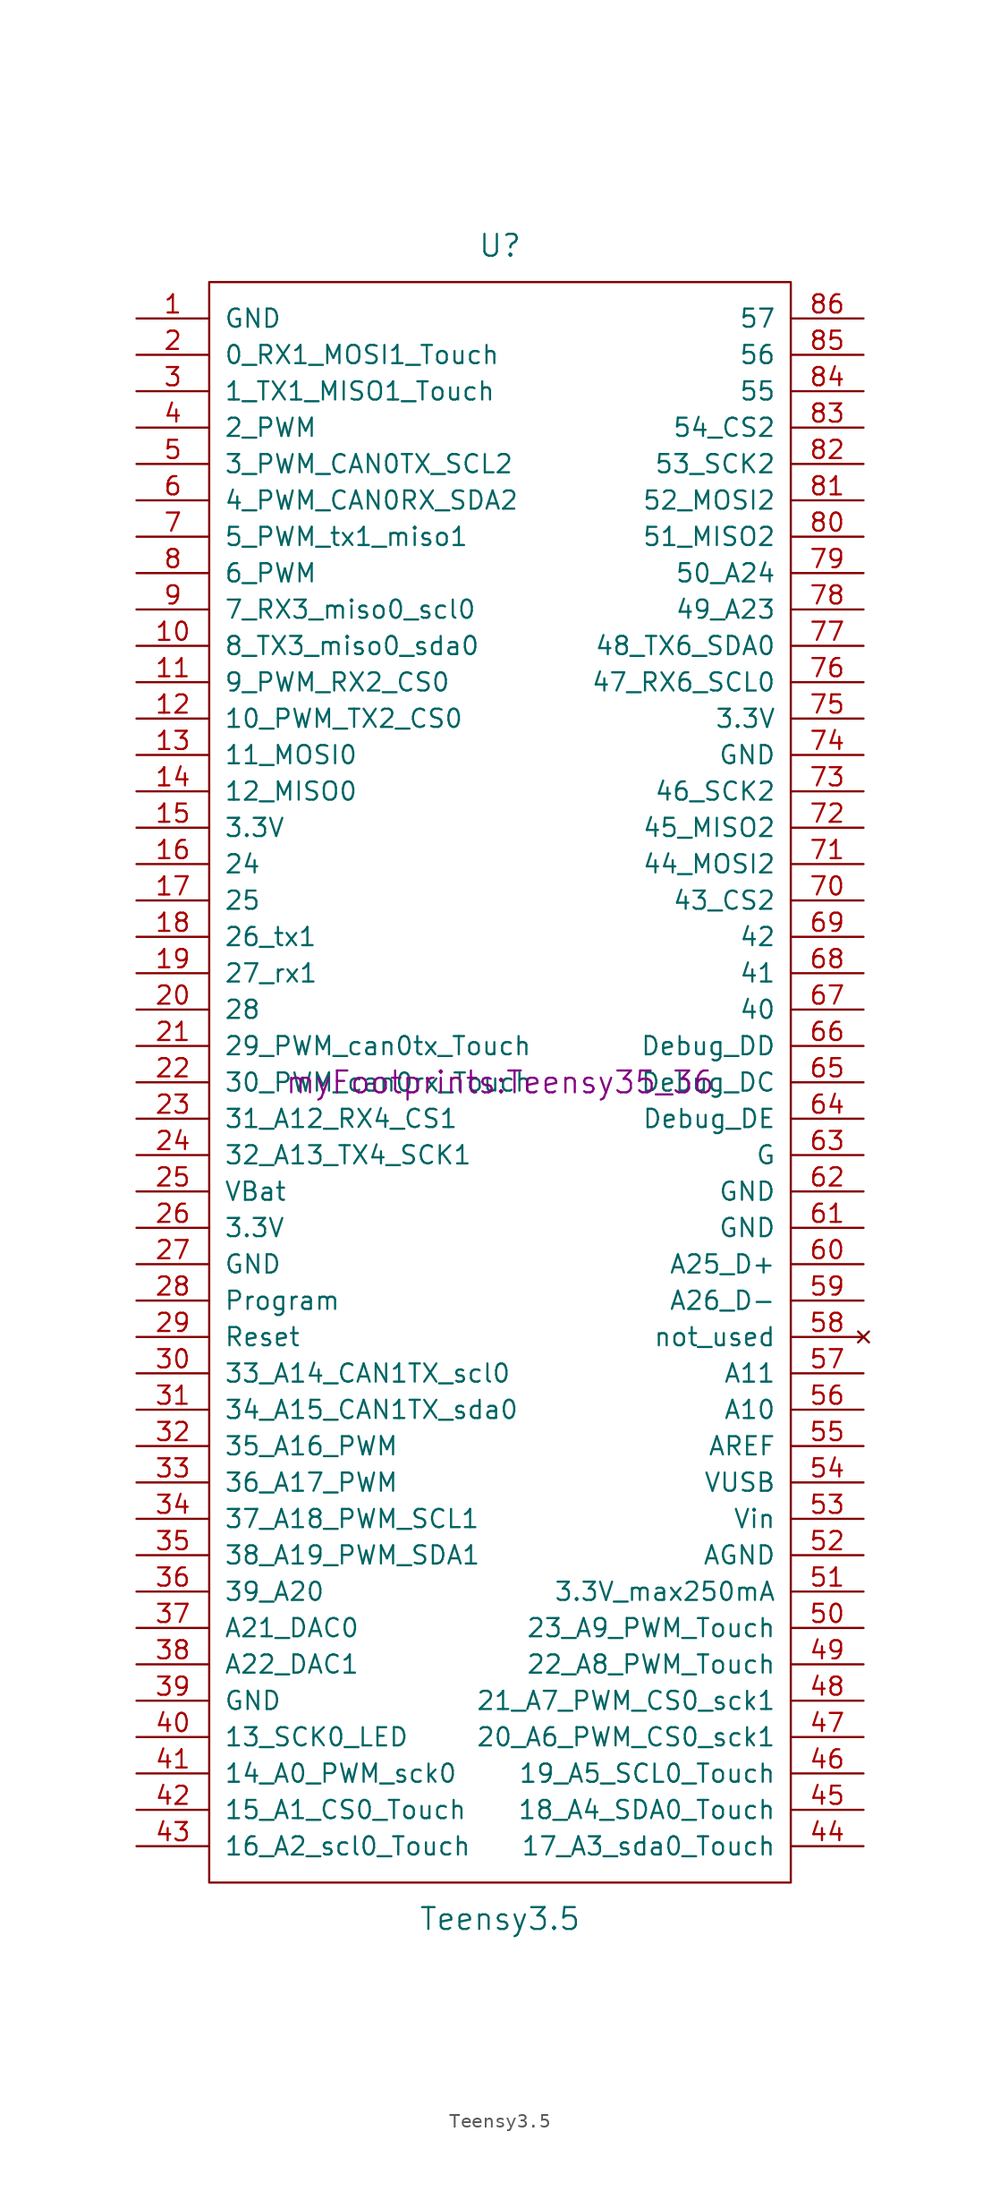
<source format=kicad_sym>
(kicad_symbol_lib
  (version 20220914)
  (generator kicad_symbol_editor)
  (symbol "Teensy3.5"
    (pin_names
      (offset 1.016))
    (property "Reference" "U"
      (at 0 58.42 0)
      (effects (font (size 1.524 1.524))))
    (property "Value" "Teensy3.5"
      (at 0 -58.42 0)
      (effects (font (size 1.524 1.524))))
    (property "Footprint" "myFootprints:Teensy35_36"
      (at 0 0 0)
      (effects (font (size 1.524 1.524))))
    (property "Datasheet" ""
      (at 0 0 0)
      (effects (font (size 1.524 1.524))))
    (symbol "Teensy3.5_0_1"
      (rectangle (start -20.32 55.88) (end 20.32 -55.88) (stroke (width 0) (type default)) (fill (type none))))
    (symbol "Teensy3.5_1_1"
      (pin power_in line (at -25.4 53.34 0) (length 5.08) (name "GND" (effects (font (size 1.27 1.27)))) (number "1" (effects (font (size 1.27 1.27)))))
      (pin bidirectional line (at -25.4 30.48 0) (length 5.08) (name "8_TX3_miso0_sda0" (effects (font (size 1.27 1.27)))) (number "10" (effects (font (size 1.27 1.27)))))
      (pin bidirectional line (at -25.4 27.94 0) (length 5.08) (name "9_PWM_RX2_CS0" (effects (font (size 1.27 1.27)))) (number "11" (effects (font (size 1.27 1.27)))))
      (pin bidirectional line (at -25.4 25.4 0) (length 5.08) (name "10_PWM_TX2_CS0" (effects (font (size 1.27 1.27)))) (number "12" (effects (font (size 1.27 1.27)))))
      (pin bidirectional line (at -25.4 22.86 0) (length 5.08) (name "11_MOSI0" (effects (font (size 1.27 1.27)))) (number "13" (effects (font (size 1.27 1.27)))))
      (pin bidirectional line (at -25.4 20.32 0) (length 5.08) (name "12_MISO0" (effects (font (size 1.27 1.27)))) (number "14" (effects (font (size 1.27 1.27)))))
      (pin power_out line (at -25.4 17.78 0) (length 5.08) (name "3.3V" (effects (font (size 1.27 1.27)))) (number "15" (effects (font (size 1.27 1.27)))))
      (pin bidirectional line (at -25.4 15.24 0) (length 5.08) (name "24" (effects (font (size 1.27 1.27)))) (number "16" (effects (font (size 1.27 1.27)))))
      (pin bidirectional line (at -25.4 12.7 0) (length 5.08) (name "25" (effects (font (size 1.27 1.27)))) (number "17" (effects (font (size 1.27 1.27)))))
      (pin bidirectional line (at -25.4 10.16 0) (length 5.08) (name "26_tx1" (effects (font (size 1.27 1.27)))) (number "18" (effects (font (size 1.27 1.27)))))
      (pin bidirectional line (at -25.4 7.62 0) (length 5.08) (name "27_rx1" (effects (font (size 1.27 1.27)))) (number "19" (effects (font (size 1.27 1.27)))))
      (pin bidirectional line (at -25.4 50.8 0) (length 5.08) (name "0_RX1_MOSI1_Touch" (effects (font (size 1.27 1.27)))) (number "2" (effects (font (size 1.27 1.27)))))
      (pin bidirectional line (at -25.4 5.08 0) (length 5.08) (name "28" (effects (font (size 1.27 1.27)))) (number "20" (effects (font (size 1.27 1.27)))))
      (pin bidirectional line (at -25.4 2.54 0) (length 5.08) (name "29_PWM_can0tx_Touch" (effects (font (size 1.27 1.27)))) (number "21" (effects (font (size 1.27 1.27)))))
      (pin bidirectional line (at -25.4 0 0) (length 5.08) (name "30_PWM_can0rx_Touch" (effects (font (size 1.27 1.27)))) (number "22" (effects (font (size 1.27 1.27)))))
      (pin bidirectional line (at -25.4 -2.54 0) (length 5.08) (name "31_A12_RX4_CS1" (effects (font (size 1.27 1.27)))) (number "23" (effects (font (size 1.27 1.27)))))
      (pin bidirectional line (at -25.4 -5.08 0) (length 5.08) (name "32_A13_TX4_SCK1" (effects (font (size 1.27 1.27)))) (number "24" (effects (font (size 1.27 1.27)))))
      (pin power_in line (at -25.4 -7.62 0) (length 5.08) (name "VBat" (effects (font (size 1.27 1.27)))) (number "25" (effects (font (size 1.27 1.27)))))
      (pin power_in line (at -25.4 -10.16 0) (length 5.08) (name "3.3V" (effects (font (size 1.27 1.27)))) (number "26" (effects (font (size 1.27 1.27)))))
      (pin power_in line (at -25.4 -12.7 0) (length 5.08) (name "GND" (effects (font (size 1.27 1.27)))) (number "27" (effects (font (size 1.27 1.27)))))
      (pin input line (at -25.4 -15.24 0) (length 5.08) (name "Program" (effects (font (size 1.27 1.27)))) (number "28" (effects (font (size 1.27 1.27)))))
      (pin input line (at -25.4 -17.78 0) (length 5.08) (name "Reset" (effects (font (size 1.27 1.27)))) (number "29" (effects (font (size 1.27 1.27)))))
      (pin bidirectional line (at -25.4 48.26 0) (length 5.08) (name "1_TX1_MISO1_Touch" (effects (font (size 1.27 1.27)))) (number "3" (effects (font (size 1.27 1.27)))))
      (pin bidirectional line (at -25.4 -20.32 0) (length 5.08) (name "33_A14_CAN1TX_scl0" (effects (font (size 1.27 1.27)))) (number "30" (effects (font (size 1.27 1.27)))))
      (pin bidirectional line (at -25.4 -22.86 0) (length 5.08) (name "34_A15_CAN1TX_sda0" (effects (font (size 1.27 1.27)))) (number "31" (effects (font (size 1.27 1.27)))))
      (pin bidirectional line (at -25.4 -25.4 0) (length 5.08) (name "35_A16_PWM" (effects (font (size 1.27 1.27)))) (number "32" (effects (font (size 1.27 1.27)))))
      (pin bidirectional line (at -25.4 -27.94 0) (length 5.08) (name "36_A17_PWM" (effects (font (size 1.27 1.27)))) (number "33" (effects (font (size 1.27 1.27)))))
      (pin bidirectional line (at -25.4 -30.48 0) (length 5.08) (name "37_A18_PWM_SCL1" (effects (font (size 1.27 1.27)))) (number "34" (effects (font (size 1.27 1.27)))))
      (pin bidirectional line (at -25.4 -33.02 0) (length 5.08) (name "38_A19_PWM_SDA1" (effects (font (size 1.27 1.27)))) (number "35" (effects (font (size 1.27 1.27)))))
      (pin bidirectional line (at -25.4 -35.56 0) (length 5.08) (name "39_A20" (effects (font (size 1.27 1.27)))) (number "36" (effects (font (size 1.27 1.27)))))
      (pin bidirectional line (at -25.4 -38.1 0) (length 5.08) (name "A21_DAC0" (effects (font (size 1.27 1.27)))) (number "37" (effects (font (size 1.27 1.27)))))
      (pin bidirectional line (at -25.4 -40.64 0) (length 5.08) (name "A22_DAC1" (effects (font (size 1.27 1.27)))) (number "38" (effects (font (size 1.27 1.27)))))
      (pin power_in line (at -25.4 -43.18 0) (length 5.08) (name "GND" (effects (font (size 1.27 1.27)))) (number "39" (effects (font (size 1.27 1.27)))))
      (pin bidirectional line (at -25.4 45.72 0) (length 5.08) (name "2_PWM" (effects (font (size 1.27 1.27)))) (number "4" (effects (font (size 1.27 1.27)))))
      (pin bidirectional line (at -25.4 -45.72 0) (length 5.08) (name "13_SCK0_LED" (effects (font (size 1.27 1.27)))) (number "40" (effects (font (size 1.27 1.27)))))
      (pin bidirectional line (at -25.4 -48.26 0) (length 5.08) (name "14_A0_PWM_sck0" (effects (font (size 1.27 1.27)))) (number "41" (effects (font (size 1.27 1.27)))))
      (pin bidirectional line (at -25.4 -50.8 0) (length 5.08) (name "15_A1_CS0_Touch" (effects (font (size 1.27 1.27)))) (number "42" (effects (font (size 1.27 1.27)))))
      (pin bidirectional line (at -25.4 -53.34 0) (length 5.08) (name "16_A2_scl0_Touch" (effects (font (size 1.27 1.27)))) (number "43" (effects (font (size 1.27 1.27)))))
      (pin bidirectional line (at 25.4 -53.34 180) (length 5.08) (name "17_A3_sda0_Touch" (effects (font (size 1.27 1.27)))) (number "44" (effects (font (size 1.27 1.27)))))
      (pin bidirectional line (at 25.4 -50.8 180) (length 5.08) (name "18_A4_SDA0_Touch" (effects (font (size 1.27 1.27)))) (number "45" (effects (font (size 1.27 1.27)))))
      (pin bidirectional line (at 25.4 -48.26 180) (length 5.08) (name "19_A5_SCL0_Touch" (effects (font (size 1.27 1.27)))) (number "46" (effects (font (size 1.27 1.27)))))
      (pin bidirectional line (at 25.4 -45.72 180) (length 5.08) (name "20_A6_PWM_CS0_sck1" (effects (font (size 1.27 1.27)))) (number "47" (effects (font (size 1.27 1.27)))))
      (pin bidirectional line (at 25.4 -43.18 180) (length 5.08) (name "21_A7_PWM_CS0_sck1" (effects (font (size 1.27 1.27)))) (number "48" (effects (font (size 1.27 1.27)))))
      (pin bidirectional line (at 25.4 -40.64 180) (length 5.08) (name "22_A8_PWM_Touch" (effects (font (size 1.27 1.27)))) (number "49" (effects (font (size 1.27 1.27)))))
      (pin bidirectional line (at -25.4 43.18 0) (length 5.08) (name "3_PWM_CAN0TX_SCL2" (effects (font (size 1.27 1.27)))) (number "5" (effects (font (size 1.27 1.27)))))
      (pin bidirectional line (at 25.4 -38.1 180) (length 5.08) (name "23_A9_PWM_Touch" (effects (font (size 1.27 1.27)))) (number "50" (effects (font (size 1.27 1.27)))))
      (pin power_out line (at 25.4 -35.56 180) (length 5.08) (name "3.3V_max250mA" (effects (font (size 1.27 1.27)))) (number "51" (effects (font (size 1.27 1.27)))))
      (pin power_out line (at 25.4 -33.02 180) (length 5.08) (name "AGND" (effects (font (size 1.27 1.27)))) (number "52" (effects (font (size 1.27 1.27)))))
      (pin power_in line (at 25.4 -30.48 180) (length 5.08) (name "Vin" (effects (font (size 1.27 1.27)))) (number "53" (effects (font (size 1.27 1.27)))))
      (pin power_in line (at 25.4 -27.94 180) (length 5.08) (name "VUSB" (effects (font (size 1.27 1.27)))) (number "54" (effects (font (size 1.27 1.27)))))
      (pin input line (at 25.4 -25.4 180) (length 5.08) (name "AREF" (effects (font (size 1.27 1.27)))) (number "55" (effects (font (size 1.27 1.27)))))
      (pin bidirectional line (at 25.4 -22.86 180) (length 5.08) (name "A10" (effects (font (size 1.27 1.27)))) (number "56" (effects (font (size 1.27 1.27)))))
      (pin bidirectional line (at 25.4 -20.32 180) (length 5.08) (name "A11" (effects (font (size 1.27 1.27)))) (number "57" (effects (font (size 1.27 1.27)))))
      (pin no_connect line (at 25.4 -17.78 180) (length 5.08) (name "not_used" (effects (font (size 1.27 1.27)))) (number "58" (effects (font (size 1.27 1.27)))))
      (pin bidirectional line (at 25.4 -15.24 180) (length 5.08) (name "A26_D-" (effects (font (size 1.27 1.27)))) (number "59" (effects (font (size 1.27 1.27)))))
      (pin bidirectional line (at -25.4 40.64 0) (length 5.08) (name "4_PWM_CAN0RX_SDA2" (effects (font (size 1.27 1.27)))) (number "6" (effects (font (size 1.27 1.27)))))
      (pin bidirectional line (at 25.4 -12.7 180) (length 5.08) (name "A25_D+" (effects (font (size 1.27 1.27)))) (number "60" (effects (font (size 1.27 1.27)))))
      (pin power_in line (at 25.4 -10.16 180) (length 5.08) (name "GND" (effects (font (size 1.27 1.27)))) (number "61" (effects (font (size 1.27 1.27)))))
      (pin power_in line (at 25.4 -7.62 180) (length 5.08) (name "GND" (effects (font (size 1.27 1.27)))) (number "62" (effects (font (size 1.27 1.27)))))
      (pin power_in line (at 25.4 -5.08 180) (length 5.08) (name "G" (effects (font (size 1.27 1.27)))) (number "63" (effects (font (size 1.27 1.27)))))
      (pin input line (at 25.4 -2.54 180) (length 5.08) (name "Debug_DE" (effects (font (size 1.27 1.27)))) (number "64" (effects (font (size 1.27 1.27)))))
      (pin input line (at 25.4 0 180) (length 5.08) (name "Debug_DC" (effects (font (size 1.27 1.27)))) (number "65" (effects (font (size 1.27 1.27)))))
      (pin input line (at 25.4 2.54 180) (length 5.08) (name "Debug_DD" (effects (font (size 1.27 1.27)))) (number "66" (effects (font (size 1.27 1.27)))))
      (pin bidirectional line (at 25.4 5.08 180) (length 5.08) (name "40" (effects (font (size 1.27 1.27)))) (number "67" (effects (font (size 1.27 1.27)))))
      (pin bidirectional line (at 25.4 7.62 180) (length 5.08) (name "41" (effects (font (size 1.27 1.27)))) (number "68" (effects (font (size 1.27 1.27)))))
      (pin bidirectional line (at 25.4 10.16 180) (length 5.08) (name "42" (effects (font (size 1.27 1.27)))) (number "69" (effects (font (size 1.27 1.27)))))
      (pin bidirectional line (at -25.4 38.1 0) (length 5.08) (name "5_PWM_tx1_miso1" (effects (font (size 1.27 1.27)))) (number "7" (effects (font (size 1.27 1.27)))))
      (pin bidirectional line (at 25.4 12.7 180) (length 5.08) (name "43_CS2" (effects (font (size 1.27 1.27)))) (number "70" (effects (font (size 1.27 1.27)))))
      (pin bidirectional line (at 25.4 15.24 180) (length 5.08) (name "44_MOSI2" (effects (font (size 1.27 1.27)))) (number "71" (effects (font (size 1.27 1.27)))))
      (pin bidirectional line (at 25.4 17.78 180) (length 5.08) (name "45_MISO2" (effects (font (size 1.27 1.27)))) (number "72" (effects (font (size 1.27 1.27)))))
      (pin bidirectional line (at 25.4 20.32 180) (length 5.08) (name "46_SCK2" (effects (font (size 1.27 1.27)))) (number "73" (effects (font (size 1.27 1.27)))))
      (pin power_in line (at 25.4 22.86 180) (length 5.08) (name "GND" (effects (font (size 1.27 1.27)))) (number "74" (effects (font (size 1.27 1.27)))))
      (pin power_in line (at 25.4 25.4 180) (length 5.08) (name "3.3V" (effects (font (size 1.27 1.27)))) (number "75" (effects (font (size 1.27 1.27)))))
      (pin bidirectional line (at 25.4 27.94 180) (length 5.08) (name "47_RX6_SCL0" (effects (font (size 1.27 1.27)))) (number "76" (effects (font (size 1.27 1.27)))))
      (pin bidirectional line (at 25.4 30.48 180) (length 5.08) (name "48_TX6_SDA0" (effects (font (size 1.27 1.27)))) (number "77" (effects (font (size 1.27 1.27)))))
      (pin bidirectional line (at 25.4 33.02 180) (length 5.08) (name "49_A23" (effects (font (size 1.27 1.27)))) (number "78" (effects (font (size 1.27 1.27)))))
      (pin bidirectional line (at 25.4 35.56 180) (length 5.08) (name "50_A24" (effects (font (size 1.27 1.27)))) (number "79" (effects (font (size 1.27 1.27)))))
      (pin bidirectional line (at -25.4 35.56 0) (length 5.08) (name "6_PWM" (effects (font (size 1.27 1.27)))) (number "8" (effects (font (size 1.27 1.27)))))
      (pin bidirectional line (at 25.4 38.1 180) (length 5.08) (name "51_MISO2" (effects (font (size 1.27 1.27)))) (number "80" (effects (font (size 1.27 1.27)))))
      (pin bidirectional line (at 25.4 40.64 180) (length 5.08) (name "52_MOSI2" (effects (font (size 1.27 1.27)))) (number "81" (effects (font (size 1.27 1.27)))))
      (pin bidirectional line (at 25.4 43.18 180) (length 5.08) (name "53_SCK2" (effects (font (size 1.27 1.27)))) (number "82" (effects (font (size 1.27 1.27)))))
      (pin bidirectional line (at 25.4 45.72 180) (length 5.08) (name "54_CS2" (effects (font (size 1.27 1.27)))) (number "83" (effects (font (size 1.27 1.27)))))
      (pin bidirectional line (at 25.4 48.26 180) (length 5.08) (name "55" (effects (font (size 1.27 1.27)))) (number "84" (effects (font (size 1.27 1.27)))))
      (pin bidirectional line (at 25.4 50.8 180) (length 5.08) (name "56" (effects (font (size 1.27 1.27)))) (number "85" (effects (font (size 1.27 1.27)))))
      (pin bidirectional line (at 25.4 53.34 180) (length 5.08) (name "57" (effects (font (size 1.27 1.27)))) (number "86" (effects (font (size 1.27 1.27)))))
      (pin bidirectional line (at -25.4 33.02 0) (length 5.08) (name "7_RX3_miso0_scl0" (effects (font (size 1.27 1.27)))) (number "9" (effects (font (size 1.27 1.27))))))))
</source>
